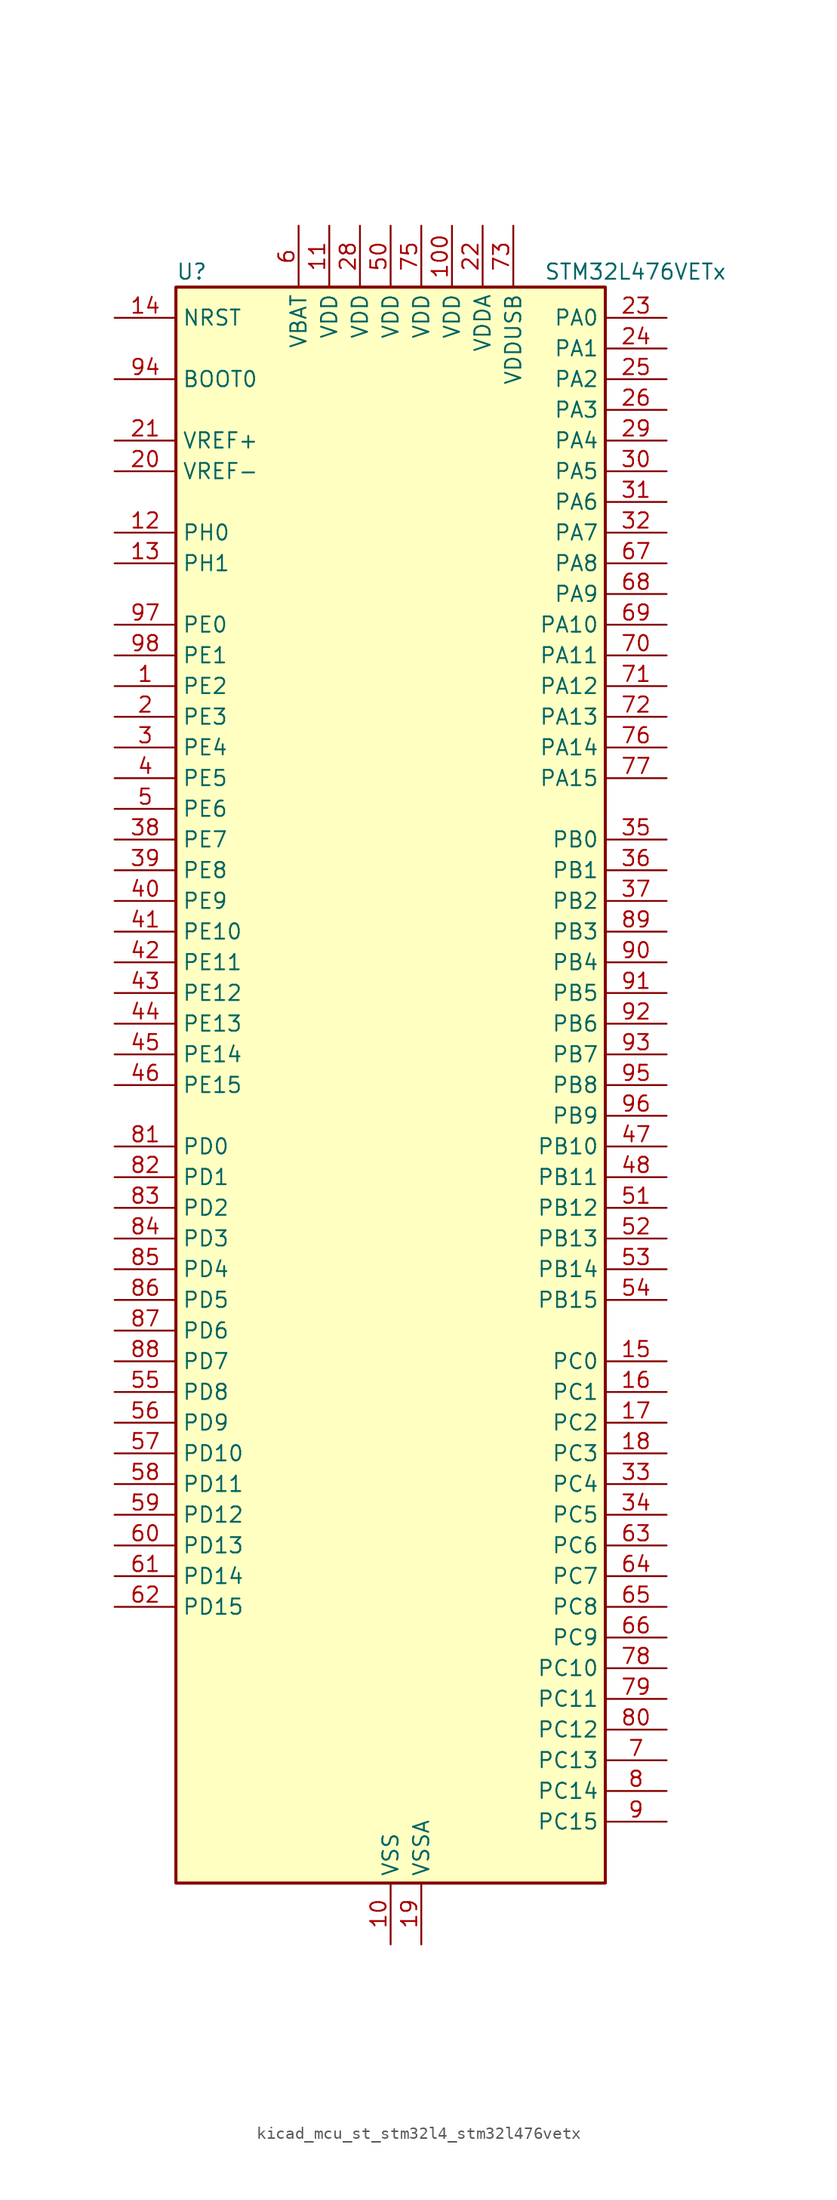
<source format=kicad_sym>
(kicad_symbol_lib
  (version 20220914)
  (generator kicad_symbol_editor)
  (symbol "kicad_mcu_st_stm32l4_stm32l476vetx"
    (property "Reference" "U"
      (at -17.78 67.31 0)
      (effects (font (size 1.27 1.27)) (justify left)))
    (property "Value" "STM32L476VETx"
      (at 12.7 67.31 0)
      (effects (font (size 1.27 1.27)) (justify left)))
    (property "ki_locked" ""
      (at 0 0 0)
      (effects (font (size 1.27 1.27))))
    (symbol "kicad_mcu_st_stm32l4_stm32l476vetx_0_1"
      (rectangle (start -17.78 -66.04) (end 17.78 66.04) (stroke (width 0.254) (type default)) (fill (type background))))
    (symbol "kicad_mcu_st_stm32l4_stm32l476vetx_1_1"
      (pin bidirectional line (at -22.86 33.02 0) (length 5.08) (name "PE2" (effects (font (size 1.27 1.27)))) (number "1" (effects (font (size 1.27 1.27)))) (alternate "FMC_A23" bidirectional line) (alternate "LCD_SEG38" bidirectional line) (alternate "SAI1_MCLK_A" bidirectional line) (alternate "SYS_TRACECLK" bidirectional line) (alternate "TIM3_ETR" bidirectional line) (alternate "TSC_G7_IO1" bidirectional line))
      (pin power_in line (at 0 -71.12 90) (length 5.08) (name "VSS" (effects (font (size 1.27 1.27)))) (number "10" (effects (font (size 1.27 1.27)))))
      (pin power_in line (at 5.08 71.12 270) (length 5.08) (name "VDD" (effects (font (size 1.27 1.27)))) (number "100" (effects (font (size 1.27 1.27)))))
      (pin power_in line (at -5.08 71.12 270) (length 5.08) (name "VDD" (effects (font (size 1.27 1.27)))) (number "11" (effects (font (size 1.27 1.27)))))
      (pin bidirectional line (at -22.86 45.72 0) (length 5.08) (name "PH0" (effects (font (size 1.27 1.27)))) (number "12" (effects (font (size 1.27 1.27)))) (alternate "RCC_OSC_IN" bidirectional line))
      (pin bidirectional line (at -22.86 43.18 0) (length 5.08) (name "PH1" (effects (font (size 1.27 1.27)))) (number "13" (effects (font (size 1.27 1.27)))) (alternate "RCC_OSC_OUT" bidirectional line))
      (pin input line (at -22.86 63.5 0) (length 5.08) (name "NRST" (effects (font (size 1.27 1.27)))) (number "14" (effects (font (size 1.27 1.27)))))
      (pin bidirectional line (at 22.86 -22.86 180) (length 5.08) (name "PC0" (effects (font (size 1.27 1.27)))) (number "15" (effects (font (size 1.27 1.27)))) (alternate "ADC1_IN1" bidirectional line) (alternate "ADC2_IN1" bidirectional line) (alternate "ADC3_IN1" bidirectional line) (alternate "DFSDM1_DATIN4" bidirectional line) (alternate "I2C3_SCL" bidirectional line) (alternate "LCD_SEG18" bidirectional line) (alternate "LPTIM1_IN1" bidirectional line) (alternate "LPTIM2_IN1" bidirectional line) (alternate "LPUART1_RX" bidirectional line))
      (pin bidirectional line (at 22.86 -25.4 180) (length 5.08) (name "PC1" (effects (font (size 1.27 1.27)))) (number "16" (effects (font (size 1.27 1.27)))) (alternate "ADC1_IN2" bidirectional line) (alternate "ADC2_IN2" bidirectional line) (alternate "ADC3_IN2" bidirectional line) (alternate "DFSDM1_CKIN4" bidirectional line) (alternate "I2C3_SDA" bidirectional line) (alternate "LCD_SEG19" bidirectional line) (alternate "LPTIM1_OUT" bidirectional line) (alternate "LPUART1_TX" bidirectional line))
      (pin bidirectional line (at 22.86 -27.94 180) (length 5.08) (name "PC2" (effects (font (size 1.27 1.27)))) (number "17" (effects (font (size 1.27 1.27)))) (alternate "ADC1_IN3" bidirectional line) (alternate "ADC2_IN3" bidirectional line) (alternate "ADC3_IN3" bidirectional line) (alternate "DFSDM1_CKOUT" bidirectional line) (alternate "LCD_SEG20" bidirectional line) (alternate "LPTIM1_IN2" bidirectional line) (alternate "SPI2_MISO" bidirectional line))
      (pin bidirectional line (at 22.86 -30.48 180) (length 5.08) (name "PC3" (effects (font (size 1.27 1.27)))) (number "18" (effects (font (size 1.27 1.27)))) (alternate "ADC1_IN4" bidirectional line) (alternate "ADC2_IN4" bidirectional line) (alternate "ADC3_IN4" bidirectional line) (alternate "LCD_VLCD" bidirectional line) (alternate "LPTIM1_ETR" bidirectional line) (alternate "LPTIM2_ETR" bidirectional line) (alternate "SAI1_SD_A" bidirectional line) (alternate "SPI2_MOSI" bidirectional line))
      (pin power_in line (at 2.54 -71.12 90) (length 5.08) (name "VSSA" (effects (font (size 1.27 1.27)))) (number "19" (effects (font (size 1.27 1.27)))))
      (pin bidirectional line (at -22.86 30.48 0) (length 5.08) (name "PE3" (effects (font (size 1.27 1.27)))) (number "2" (effects (font (size 1.27 1.27)))) (alternate "FMC_A19" bidirectional line) (alternate "LCD_SEG39" bidirectional line) (alternate "SAI1_SD_B" bidirectional line) (alternate "SYS_TRACED0" bidirectional line) (alternate "TIM3_CH1" bidirectional line) (alternate "TSC_G7_IO2" bidirectional line))
      (pin input line (at -22.86 50.8 0) (length 5.08) (name "VREF-" (effects (font (size 1.27 1.27)))) (number "20" (effects (font (size 1.27 1.27)))))
      (pin input line (at -22.86 53.34 0) (length 5.08) (name "VREF+" (effects (font (size 1.27 1.27)))) (number "21" (effects (font (size 1.27 1.27)))) (alternate "VREFBUF_OUT" bidirectional line))
      (pin power_in line (at 7.62 71.12 270) (length 5.08) (name "VDDA" (effects (font (size 1.27 1.27)))) (number "22" (effects (font (size 1.27 1.27)))))
      (pin bidirectional line (at 22.86 63.5 180) (length 5.08) (name "PA0" (effects (font (size 1.27 1.27)))) (number "23" (effects (font (size 1.27 1.27)))) (alternate "ADC1_IN5" bidirectional line) (alternate "ADC2_IN5" bidirectional line) (alternate "OPAMP1_VINP" bidirectional line) (alternate "RTC_TAMP2" bidirectional line) (alternate "SAI1_EXTCLK" bidirectional line) (alternate "SYS_WKUP1" bidirectional line) (alternate "TIM2_CH1" bidirectional line) (alternate "TIM2_ETR" bidirectional line) (alternate "TIM5_CH1" bidirectional line) (alternate "TIM8_ETR" bidirectional line) (alternate "UART4_TX" bidirectional line) (alternate "USART2_CTS" bidirectional line))
      (pin bidirectional line (at 22.86 60.96 180) (length 5.08) (name "PA1" (effects (font (size 1.27 1.27)))) (number "24" (effects (font (size 1.27 1.27)))) (alternate "ADC1_IN6" bidirectional line) (alternate "ADC2_IN6" bidirectional line) (alternate "LCD_SEG0" bidirectional line) (alternate "OPAMP1_VINM" bidirectional line) (alternate "TIM15_CH1N" bidirectional line) (alternate "TIM2_CH2" bidirectional line) (alternate "TIM5_CH2" bidirectional line) (alternate "UART4_RX" bidirectional line) (alternate "USART2_DE" bidirectional line) (alternate "USART2_RTS" bidirectional line))
      (pin bidirectional line (at 22.86 58.42 180) (length 5.08) (name "PA2" (effects (font (size 1.27 1.27)))) (number "25" (effects (font (size 1.27 1.27)))) (alternate "ADC1_IN7" bidirectional line) (alternate "ADC2_IN7" bidirectional line) (alternate "LCD_SEG1" bidirectional line) (alternate "RCC_LSCO" bidirectional line) (alternate "SAI2_EXTCLK" bidirectional line) (alternate "SYS_WKUP4" bidirectional line) (alternate "TIM15_CH1" bidirectional line) (alternate "TIM2_CH3" bidirectional line) (alternate "TIM5_CH3" bidirectional line) (alternate "USART2_TX" bidirectional line))
      (pin bidirectional line (at 22.86 55.88 180) (length 5.08) (name "PA3" (effects (font (size 1.27 1.27)))) (number "26" (effects (font (size 1.27 1.27)))) (alternate "ADC1_IN8" bidirectional line) (alternate "ADC2_IN8" bidirectional line) (alternate "LCD_SEG2" bidirectional line) (alternate "OPAMP1_VOUT" bidirectional line) (alternate "TIM15_CH2" bidirectional line) (alternate "TIM2_CH4" bidirectional line) (alternate "TIM5_CH4" bidirectional line) (alternate "USART2_RX" bidirectional line))
      (pin passive line (at 0 -71.12 90) (length 5.08) hide (name "VSS" (effects (font (size 1.27 1.27)))) (number "27" (effects (font (size 1.27 1.27)))))
      (pin power_in line (at -2.54 71.12 270) (length 5.08) (name "VDD" (effects (font (size 1.27 1.27)))) (number "28" (effects (font (size 1.27 1.27)))))
      (pin bidirectional line (at 22.86 53.34 180) (length 5.08) (name "PA4" (effects (font (size 1.27 1.27)))) (number "29" (effects (font (size 1.27 1.27)))) (alternate "ADC1_IN9" bidirectional line) (alternate "ADC2_IN9" bidirectional line) (alternate "DAC1_OUT1" bidirectional line) (alternate "LPTIM2_OUT" bidirectional line) (alternate "SAI1_FS_B" bidirectional line) (alternate "SPI1_NSS" bidirectional line) (alternate "SPI3_NSS" bidirectional line) (alternate "USART2_CK" bidirectional line))
      (pin bidirectional line (at -22.86 27.94 0) (length 5.08) (name "PE4" (effects (font (size 1.27 1.27)))) (number "3" (effects (font (size 1.27 1.27)))) (alternate "DFSDM1_DATIN3" bidirectional line) (alternate "FMC_A20" bidirectional line) (alternate "SAI1_FS_A" bidirectional line) (alternate "SYS_TRACED1" bidirectional line) (alternate "TIM3_CH2" bidirectional line) (alternate "TSC_G7_IO3" bidirectional line))
      (pin bidirectional line (at 22.86 50.8 180) (length 5.08) (name "PA5" (effects (font (size 1.27 1.27)))) (number "30" (effects (font (size 1.27 1.27)))) (alternate "ADC1_IN10" bidirectional line) (alternate "ADC2_IN10" bidirectional line) (alternate "DAC1_OUT2" bidirectional line) (alternate "LPTIM2_ETR" bidirectional line) (alternate "SPI1_SCK" bidirectional line) (alternate "TIM2_CH1" bidirectional line) (alternate "TIM2_ETR" bidirectional line) (alternate "TIM8_CH1N" bidirectional line))
      (pin bidirectional line (at 22.86 48.26 180) (length 5.08) (name "PA6" (effects (font (size 1.27 1.27)))) (number "31" (effects (font (size 1.27 1.27)))) (alternate "ADC1_IN11" bidirectional line) (alternate "ADC2_IN11" bidirectional line) (alternate "LCD_SEG3" bidirectional line) (alternate "OPAMP2_VINP" bidirectional line) (alternate "QUADSPI_BK1_IO3" bidirectional line) (alternate "SPI1_MISO" bidirectional line) (alternate "TIM16_CH1" bidirectional line) (alternate "TIM1_BKIN" bidirectional line) (alternate "TIM1_BKIN_COMP2" bidirectional line) (alternate "TIM3_CH1" bidirectional line) (alternate "TIM8_BKIN" bidirectional line) (alternate "TIM8_BKIN_COMP2" bidirectional line) (alternate "USART3_CTS" bidirectional line))
      (pin bidirectional line (at 22.86 45.72 180) (length 5.08) (name "PA7" (effects (font (size 1.27 1.27)))) (number "32" (effects (font (size 1.27 1.27)))) (alternate "ADC1_IN12" bidirectional line) (alternate "ADC2_IN12" bidirectional line) (alternate "LCD_SEG4" bidirectional line) (alternate "OPAMP2_VINM" bidirectional line) (alternate "QUADSPI_BK1_IO2" bidirectional line) (alternate "SPI1_MOSI" bidirectional line) (alternate "TIM17_CH1" bidirectional line) (alternate "TIM1_CH1N" bidirectional line) (alternate "TIM3_CH2" bidirectional line) (alternate "TIM8_CH1N" bidirectional line))
      (pin bidirectional line (at 22.86 -33.02 180) (length 5.08) (name "PC4" (effects (font (size 1.27 1.27)))) (number "33" (effects (font (size 1.27 1.27)))) (alternate "ADC1_IN13" bidirectional line) (alternate "ADC2_IN13" bidirectional line) (alternate "COMP1_INM" bidirectional line) (alternate "LCD_SEG22" bidirectional line) (alternate "USART3_TX" bidirectional line))
      (pin bidirectional line (at 22.86 -35.56 180) (length 5.08) (name "PC5" (effects (font (size 1.27 1.27)))) (number "34" (effects (font (size 1.27 1.27)))) (alternate "ADC1_IN14" bidirectional line) (alternate "ADC2_IN14" bidirectional line) (alternate "COMP1_INP" bidirectional line) (alternate "LCD_SEG23" bidirectional line) (alternate "SYS_WKUP5" bidirectional line) (alternate "USART3_RX" bidirectional line))
      (pin bidirectional line (at 22.86 20.32 180) (length 5.08) (name "PB0" (effects (font (size 1.27 1.27)))) (number "35" (effects (font (size 1.27 1.27)))) (alternate "ADC1_IN15" bidirectional line) (alternate "ADC2_IN15" bidirectional line) (alternate "COMP1_OUT" bidirectional line) (alternate "LCD_SEG5" bidirectional line) (alternate "OPAMP2_VOUT" bidirectional line) (alternate "QUADSPI_BK1_IO1" bidirectional line) (alternate "TIM1_CH2N" bidirectional line) (alternate "TIM3_CH3" bidirectional line) (alternate "TIM8_CH2N" bidirectional line) (alternate "USART3_CK" bidirectional line))
      (pin bidirectional line (at 22.86 17.78 180) (length 5.08) (name "PB1" (effects (font (size 1.27 1.27)))) (number "36" (effects (font (size 1.27 1.27)))) (alternate "ADC1_IN16" bidirectional line) (alternate "ADC2_IN16" bidirectional line) (alternate "COMP1_INM" bidirectional line) (alternate "DFSDM1_DATIN0" bidirectional line) (alternate "LCD_SEG6" bidirectional line) (alternate "LPTIM2_IN1" bidirectional line) (alternate "QUADSPI_BK1_IO0" bidirectional line) (alternate "TIM1_CH3N" bidirectional line) (alternate "TIM3_CH4" bidirectional line) (alternate "TIM8_CH3N" bidirectional line) (alternate "USART3_DE" bidirectional line) (alternate "USART3_RTS" bidirectional line))
      (pin bidirectional line (at 22.86 15.24 180) (length 5.08) (name "PB2" (effects (font (size 1.27 1.27)))) (number "37" (effects (font (size 1.27 1.27)))) (alternate "COMP1_INP" bidirectional line) (alternate "DFSDM1_CKIN0" bidirectional line) (alternate "I2C3_SMBA" bidirectional line) (alternate "LPTIM1_OUT" bidirectional line) (alternate "RTC_OUT_ALARM" bidirectional line) (alternate "RTC_OUT_CALIB" bidirectional line))
      (pin bidirectional line (at -22.86 20.32 0) (length 5.08) (name "PE7" (effects (font (size 1.27 1.27)))) (number "38" (effects (font (size 1.27 1.27)))) (alternate "DFSDM1_DATIN2" bidirectional line) (alternate "FMC_D4" bidirectional line) (alternate "FMC_DA4" bidirectional line) (alternate "SAI1_SD_B" bidirectional line) (alternate "TIM1_ETR" bidirectional line))
      (pin bidirectional line (at -22.86 17.78 0) (length 5.08) (name "PE8" (effects (font (size 1.27 1.27)))) (number "39" (effects (font (size 1.27 1.27)))) (alternate "DFSDM1_CKIN2" bidirectional line) (alternate "FMC_D5" bidirectional line) (alternate "FMC_DA5" bidirectional line) (alternate "SAI1_SCK_B" bidirectional line) (alternate "TIM1_CH1N" bidirectional line))
      (pin bidirectional line (at -22.86 25.4 0) (length 5.08) (name "PE5" (effects (font (size 1.27 1.27)))) (number "4" (effects (font (size 1.27 1.27)))) (alternate "DFSDM1_CKIN3" bidirectional line) (alternate "FMC_A21" bidirectional line) (alternate "SAI1_SCK_A" bidirectional line) (alternate "SYS_TRACED2" bidirectional line) (alternate "TIM3_CH3" bidirectional line) (alternate "TSC_G7_IO4" bidirectional line))
      (pin bidirectional line (at -22.86 15.24 0) (length 5.08) (name "PE9" (effects (font (size 1.27 1.27)))) (number "40" (effects (font (size 1.27 1.27)))) (alternate "DAC1_EXTI9" bidirectional line) (alternate "DFSDM1_CKOUT" bidirectional line) (alternate "FMC_D6" bidirectional line) (alternate "FMC_DA6" bidirectional line) (alternate "SAI1_FS_B" bidirectional line) (alternate "TIM1_CH1" bidirectional line))
      (pin bidirectional line (at -22.86 12.7 0) (length 5.08) (name "PE10" (effects (font (size 1.27 1.27)))) (number "41" (effects (font (size 1.27 1.27)))) (alternate "DFSDM1_DATIN4" bidirectional line) (alternate "FMC_D7" bidirectional line) (alternate "FMC_DA7" bidirectional line) (alternate "QUADSPI_CLK" bidirectional line) (alternate "SAI1_MCLK_B" bidirectional line) (alternate "TIM1_CH2N" bidirectional line) (alternate "TSC_G5_IO1" bidirectional line))
      (pin bidirectional line (at -22.86 10.16 0) (length 5.08) (name "PE11" (effects (font (size 1.27 1.27)))) (number "42" (effects (font (size 1.27 1.27)))) (alternate "ADC1_EXTI11" bidirectional line) (alternate "ADC2_EXTI11" bidirectional line) (alternate "ADC3_EXTI11" bidirectional line) (alternate "DFSDM1_CKIN4" bidirectional line) (alternate "FMC_D8" bidirectional line) (alternate "FMC_DA8" bidirectional line) (alternate "QUADSPI_NCS" bidirectional line) (alternate "TIM1_CH2" bidirectional line) (alternate "TSC_G5_IO2" bidirectional line))
      (pin bidirectional line (at -22.86 7.62 0) (length 5.08) (name "PE12" (effects (font (size 1.27 1.27)))) (number "43" (effects (font (size 1.27 1.27)))) (alternate "DFSDM1_DATIN5" bidirectional line) (alternate "FMC_D9" bidirectional line) (alternate "FMC_DA9" bidirectional line) (alternate "QUADSPI_BK1_IO0" bidirectional line) (alternate "SPI1_NSS" bidirectional line) (alternate "TIM1_CH3N" bidirectional line) (alternate "TSC_G5_IO3" bidirectional line))
      (pin bidirectional line (at -22.86 5.08 0) (length 5.08) (name "PE13" (effects (font (size 1.27 1.27)))) (number "44" (effects (font (size 1.27 1.27)))) (alternate "DFSDM1_CKIN5" bidirectional line) (alternate "FMC_D10" bidirectional line) (alternate "FMC_DA10" bidirectional line) (alternate "QUADSPI_BK1_IO1" bidirectional line) (alternate "SPI1_SCK" bidirectional line) (alternate "TIM1_CH3" bidirectional line) (alternate "TSC_G5_IO4" bidirectional line))
      (pin bidirectional line (at -22.86 2.54 0) (length 5.08) (name "PE14" (effects (font (size 1.27 1.27)))) (number "45" (effects (font (size 1.27 1.27)))) (alternate "FMC_D11" bidirectional line) (alternate "FMC_DA11" bidirectional line) (alternate "QUADSPI_BK1_IO2" bidirectional line) (alternate "SPI1_MISO" bidirectional line) (alternate "TIM1_BKIN2" bidirectional line) (alternate "TIM1_BKIN2_COMP2" bidirectional line) (alternate "TIM1_CH4" bidirectional line))
      (pin bidirectional line (at -22.86 0 0) (length 5.08) (name "PE15" (effects (font (size 1.27 1.27)))) (number "46" (effects (font (size 1.27 1.27)))) (alternate "ADC1_EXTI15" bidirectional line) (alternate "ADC2_EXTI15" bidirectional line) (alternate "ADC3_EXTI15" bidirectional line) (alternate "FMC_D12" bidirectional line) (alternate "FMC_DA12" bidirectional line) (alternate "QUADSPI_BK1_IO3" bidirectional line) (alternate "SPI1_MOSI" bidirectional line) (alternate "TIM1_BKIN" bidirectional line) (alternate "TIM1_BKIN_COMP1" bidirectional line))
      (pin bidirectional line (at 22.86 -5.08 180) (length 5.08) (name "PB10" (effects (font (size 1.27 1.27)))) (number "47" (effects (font (size 1.27 1.27)))) (alternate "COMP1_OUT" bidirectional line) (alternate "DFSDM1_DATIN7" bidirectional line) (alternate "I2C2_SCL" bidirectional line) (alternate "LCD_SEG10" bidirectional line) (alternate "LPUART1_RX" bidirectional line) (alternate "QUADSPI_CLK" bidirectional line) (alternate "SAI1_SCK_A" bidirectional line) (alternate "SPI2_SCK" bidirectional line) (alternate "TIM2_CH3" bidirectional line) (alternate "USART3_TX" bidirectional line))
      (pin bidirectional line (at 22.86 -7.62 180) (length 5.08) (name "PB11" (effects (font (size 1.27 1.27)))) (number "48" (effects (font (size 1.27 1.27)))) (alternate "ADC1_EXTI11" bidirectional line) (alternate "ADC2_EXTI11" bidirectional line) (alternate "ADC3_EXTI11" bidirectional line) (alternate "COMP2_OUT" bidirectional line) (alternate "DFSDM1_CKIN7" bidirectional line) (alternate "I2C2_SDA" bidirectional line) (alternate "LCD_SEG11" bidirectional line) (alternate "LPUART1_TX" bidirectional line) (alternate "QUADSPI_NCS" bidirectional line) (alternate "TIM2_CH4" bidirectional line) (alternate "USART3_RX" bidirectional line))
      (pin passive line (at 0 -71.12 90) (length 5.08) hide (name "VSS" (effects (font (size 1.27 1.27)))) (number "49" (effects (font (size 1.27 1.27)))))
      (pin bidirectional line (at -22.86 22.86 0) (length 5.08) (name "PE6" (effects (font (size 1.27 1.27)))) (number "5" (effects (font (size 1.27 1.27)))) (alternate "FMC_A22" bidirectional line) (alternate "RTC_TAMP3" bidirectional line) (alternate "SAI1_SD_A" bidirectional line) (alternate "SYS_TRACED3" bidirectional line) (alternate "SYS_WKUP3" bidirectional line) (alternate "TIM3_CH4" bidirectional line))
      (pin power_in line (at 0 71.12 270) (length 5.08) (name "VDD" (effects (font (size 1.27 1.27)))) (number "50" (effects (font (size 1.27 1.27)))))
      (pin bidirectional line (at 22.86 -10.16 180) (length 5.08) (name "PB12" (effects (font (size 1.27 1.27)))) (number "51" (effects (font (size 1.27 1.27)))) (alternate "DFSDM1_DATIN1" bidirectional line) (alternate "I2C2_SMBA" bidirectional line) (alternate "LCD_SEG12" bidirectional line) (alternate "LPUART1_DE" bidirectional line) (alternate "LPUART1_RTS" bidirectional line) (alternate "SAI2_FS_A" bidirectional line) (alternate "SPI2_NSS" bidirectional line) (alternate "SWPMI1_IO" bidirectional line) (alternate "TIM15_BKIN" bidirectional line) (alternate "TIM1_BKIN" bidirectional line) (alternate "TIM1_BKIN_COMP2" bidirectional line) (alternate "TSC_G1_IO1" bidirectional line) (alternate "USART3_CK" bidirectional line))
      (pin bidirectional line (at 22.86 -12.7 180) (length 5.08) (name "PB13" (effects (font (size 1.27 1.27)))) (number "52" (effects (font (size 1.27 1.27)))) (alternate "DFSDM1_CKIN1" bidirectional line) (alternate "I2C2_SCL" bidirectional line) (alternate "LCD_SEG13" bidirectional line) (alternate "LPUART1_CTS" bidirectional line) (alternate "SAI2_SCK_A" bidirectional line) (alternate "SPI2_SCK" bidirectional line) (alternate "SWPMI1_TX" bidirectional line) (alternate "TIM15_CH1N" bidirectional line) (alternate "TIM1_CH1N" bidirectional line) (alternate "TSC_G1_IO2" bidirectional line) (alternate "USART3_CTS" bidirectional line))
      (pin bidirectional line (at 22.86 -15.24 180) (length 5.08) (name "PB14" (effects (font (size 1.27 1.27)))) (number "53" (effects (font (size 1.27 1.27)))) (alternate "DFSDM1_DATIN2" bidirectional line) (alternate "I2C2_SDA" bidirectional line) (alternate "LCD_SEG14" bidirectional line) (alternate "SAI2_MCLK_A" bidirectional line) (alternate "SPI2_MISO" bidirectional line) (alternate "SWPMI1_RX" bidirectional line) (alternate "TIM15_CH1" bidirectional line) (alternate "TIM1_CH2N" bidirectional line) (alternate "TIM8_CH2N" bidirectional line) (alternate "TSC_G1_IO3" bidirectional line) (alternate "USART3_DE" bidirectional line) (alternate "USART3_RTS" bidirectional line))
      (pin bidirectional line (at 22.86 -17.78 180) (length 5.08) (name "PB15" (effects (font (size 1.27 1.27)))) (number "54" (effects (font (size 1.27 1.27)))) (alternate "ADC1_EXTI15" bidirectional line) (alternate "ADC2_EXTI15" bidirectional line) (alternate "ADC3_EXTI15" bidirectional line) (alternate "DFSDM1_CKIN2" bidirectional line) (alternate "LCD_SEG15" bidirectional line) (alternate "RTC_REFIN" bidirectional line) (alternate "SAI2_SD_A" bidirectional line) (alternate "SPI2_MOSI" bidirectional line) (alternate "SWPMI1_SUSPEND" bidirectional line) (alternate "TIM15_CH2" bidirectional line) (alternate "TIM1_CH3N" bidirectional line) (alternate "TIM8_CH3N" bidirectional line) (alternate "TSC_G1_IO4" bidirectional line))
      (pin bidirectional line (at -22.86 -25.4 0) (length 5.08) (name "PD8" (effects (font (size 1.27 1.27)))) (number "55" (effects (font (size 1.27 1.27)))) (alternate "FMC_D13" bidirectional line) (alternate "FMC_DA13" bidirectional line) (alternate "LCD_SEG28" bidirectional line) (alternate "USART3_TX" bidirectional line))
      (pin bidirectional line (at -22.86 -27.94 0) (length 5.08) (name "PD9" (effects (font (size 1.27 1.27)))) (number "56" (effects (font (size 1.27 1.27)))) (alternate "DAC1_EXTI9" bidirectional line) (alternate "FMC_D14" bidirectional line) (alternate "FMC_DA14" bidirectional line) (alternate "LCD_SEG29" bidirectional line) (alternate "SAI2_MCLK_A" bidirectional line) (alternate "USART3_RX" bidirectional line))
      (pin bidirectional line (at -22.86 -30.48 0) (length 5.08) (name "PD10" (effects (font (size 1.27 1.27)))) (number "57" (effects (font (size 1.27 1.27)))) (alternate "FMC_D15" bidirectional line) (alternate "FMC_DA15" bidirectional line) (alternate "LCD_SEG30" bidirectional line) (alternate "SAI2_SCK_A" bidirectional line) (alternate "TSC_G6_IO1" bidirectional line) (alternate "USART3_CK" bidirectional line))
      (pin bidirectional line (at -22.86 -33.02 0) (length 5.08) (name "PD11" (effects (font (size 1.27 1.27)))) (number "58" (effects (font (size 1.27 1.27)))) (alternate "ADC1_EXTI11" bidirectional line) (alternate "ADC2_EXTI11" bidirectional line) (alternate "ADC3_EXTI11" bidirectional line) (alternate "FMC_A16" bidirectional line) (alternate "FMC_CLE" bidirectional line) (alternate "LCD_SEG31" bidirectional line) (alternate "LPTIM2_ETR" bidirectional line) (alternate "SAI2_SD_A" bidirectional line) (alternate "TSC_G6_IO2" bidirectional line) (alternate "USART3_CTS" bidirectional line))
      (pin bidirectional line (at -22.86 -35.56 0) (length 5.08) (name "PD12" (effects (font (size 1.27 1.27)))) (number "59" (effects (font (size 1.27 1.27)))) (alternate "FMC_A17" bidirectional line) (alternate "FMC_ALE" bidirectional line) (alternate "LCD_SEG32" bidirectional line) (alternate "LPTIM2_IN1" bidirectional line) (alternate "SAI2_FS_A" bidirectional line) (alternate "TIM4_CH1" bidirectional line) (alternate "TSC_G6_IO3" bidirectional line) (alternate "USART3_DE" bidirectional line) (alternate "USART3_RTS" bidirectional line))
      (pin power_in line (at -7.62 71.12 270) (length 5.08) (name "VBAT" (effects (font (size 1.27 1.27)))) (number "6" (effects (font (size 1.27 1.27)))))
      (pin bidirectional line (at -22.86 -38.1 0) (length 5.08) (name "PD13" (effects (font (size 1.27 1.27)))) (number "60" (effects (font (size 1.27 1.27)))) (alternate "FMC_A18" bidirectional line) (alternate "LCD_SEG33" bidirectional line) (alternate "LPTIM2_OUT" bidirectional line) (alternate "TIM4_CH2" bidirectional line) (alternate "TSC_G6_IO4" bidirectional line))
      (pin bidirectional line (at -22.86 -40.64 0) (length 5.08) (name "PD14" (effects (font (size 1.27 1.27)))) (number "61" (effects (font (size 1.27 1.27)))) (alternate "FMC_D0" bidirectional line) (alternate "FMC_DA0" bidirectional line) (alternate "LCD_SEG34" bidirectional line) (alternate "TIM4_CH3" bidirectional line))
      (pin bidirectional line (at -22.86 -43.18 0) (length 5.08) (name "PD15" (effects (font (size 1.27 1.27)))) (number "62" (effects (font (size 1.27 1.27)))) (alternate "ADC1_EXTI15" bidirectional line) (alternate "ADC2_EXTI15" bidirectional line) (alternate "ADC3_EXTI15" bidirectional line) (alternate "FMC_D1" bidirectional line) (alternate "FMC_DA1" bidirectional line) (alternate "LCD_SEG35" bidirectional line) (alternate "TIM4_CH4" bidirectional line))
      (pin bidirectional line (at 22.86 -38.1 180) (length 5.08) (name "PC6" (effects (font (size 1.27 1.27)))) (number "63" (effects (font (size 1.27 1.27)))) (alternate "DFSDM1_CKIN3" bidirectional line) (alternate "LCD_SEG24" bidirectional line) (alternate "SAI2_MCLK_A" bidirectional line) (alternate "SDMMC1_D6" bidirectional line) (alternate "TIM3_CH1" bidirectional line) (alternate "TIM8_CH1" bidirectional line) (alternate "TSC_G4_IO1" bidirectional line))
      (pin bidirectional line (at 22.86 -40.64 180) (length 5.08) (name "PC7" (effects (font (size 1.27 1.27)))) (number "64" (effects (font (size 1.27 1.27)))) (alternate "DFSDM1_DATIN3" bidirectional line) (alternate "LCD_SEG25" bidirectional line) (alternate "SAI2_MCLK_B" bidirectional line) (alternate "SDMMC1_D7" bidirectional line) (alternate "TIM3_CH2" bidirectional line) (alternate "TIM8_CH2" bidirectional line) (alternate "TSC_G4_IO2" bidirectional line))
      (pin bidirectional line (at 22.86 -43.18 180) (length 5.08) (name "PC8" (effects (font (size 1.27 1.27)))) (number "65" (effects (font (size 1.27 1.27)))) (alternate "LCD_SEG26" bidirectional line) (alternate "SDMMC1_D0" bidirectional line) (alternate "TIM3_CH3" bidirectional line) (alternate "TIM8_CH3" bidirectional line) (alternate "TSC_G4_IO3" bidirectional line))
      (pin bidirectional line (at 22.86 -45.72 180) (length 5.08) (name "PC9" (effects (font (size 1.27 1.27)))) (number "66" (effects (font (size 1.27 1.27)))) (alternate "DAC1_EXTI9" bidirectional line) (alternate "LCD_SEG27" bidirectional line) (alternate "SAI2_EXTCLK" bidirectional line) (alternate "SDMMC1_D1" bidirectional line) (alternate "TIM3_CH4" bidirectional line) (alternate "TIM8_BKIN2" bidirectional line) (alternate "TIM8_BKIN2_COMP1" bidirectional line) (alternate "TIM8_CH4" bidirectional line) (alternate "TSC_G4_IO4" bidirectional line) (alternate "USB_OTG_FS_NOE" bidirectional line))
      (pin bidirectional line (at 22.86 43.18 180) (length 5.08) (name "PA8" (effects (font (size 1.27 1.27)))) (number "67" (effects (font (size 1.27 1.27)))) (alternate "LCD_COM0" bidirectional line) (alternate "LPTIM2_OUT" bidirectional line) (alternate "RCC_MCO" bidirectional line) (alternate "TIM1_CH1" bidirectional line) (alternate "USART1_CK" bidirectional line) (alternate "USB_OTG_FS_SOF" bidirectional line))
      (pin bidirectional line (at 22.86 40.64 180) (length 5.08) (name "PA9" (effects (font (size 1.27 1.27)))) (number "68" (effects (font (size 1.27 1.27)))) (alternate "DAC1_EXTI9" bidirectional line) (alternate "LCD_COM1" bidirectional line) (alternate "TIM15_BKIN" bidirectional line) (alternate "TIM1_CH2" bidirectional line) (alternate "USART1_TX" bidirectional line) (alternate "USB_OTG_FS_VBUS" bidirectional line))
      (pin bidirectional line (at 22.86 38.1 180) (length 5.08) (name "PA10" (effects (font (size 1.27 1.27)))) (number "69" (effects (font (size 1.27 1.27)))) (alternate "LCD_COM2" bidirectional line) (alternate "TIM17_BKIN" bidirectional line) (alternate "TIM1_CH3" bidirectional line) (alternate "USART1_RX" bidirectional line) (alternate "USB_OTG_FS_ID" bidirectional line))
      (pin bidirectional line (at 22.86 -55.88 180) (length 5.08) (name "PC13" (effects (font (size 1.27 1.27)))) (number "7" (effects (font (size 1.27 1.27)))) (alternate "RTC_OUT_ALARM" bidirectional line) (alternate "RTC_OUT_CALIB" bidirectional line) (alternate "RTC_TAMP1" bidirectional line) (alternate "RTC_TS" bidirectional line) (alternate "SYS_WKUP2" bidirectional line))
      (pin bidirectional line (at 22.86 35.56 180) (length 5.08) (name "PA11" (effects (font (size 1.27 1.27)))) (number "70" (effects (font (size 1.27 1.27)))) (alternate "ADC1_EXTI11" bidirectional line) (alternate "ADC2_EXTI11" bidirectional line) (alternate "ADC3_EXTI11" bidirectional line) (alternate "CAN1_RX" bidirectional line) (alternate "TIM1_BKIN2" bidirectional line) (alternate "TIM1_BKIN2_COMP1" bidirectional line) (alternate "TIM1_CH4" bidirectional line) (alternate "USART1_CTS" bidirectional line) (alternate "USB_OTG_FS_DM" bidirectional line))
      (pin bidirectional line (at 22.86 33.02 180) (length 5.08) (name "PA12" (effects (font (size 1.27 1.27)))) (number "71" (effects (font (size 1.27 1.27)))) (alternate "CAN1_TX" bidirectional line) (alternate "TIM1_ETR" bidirectional line) (alternate "USART1_DE" bidirectional line) (alternate "USART1_RTS" bidirectional line) (alternate "USB_OTG_FS_DP" bidirectional line))
      (pin bidirectional line (at 22.86 30.48 180) (length 5.08) (name "PA13" (effects (font (size 1.27 1.27)))) (number "72" (effects (font (size 1.27 1.27)))) (alternate "IR_OUT" bidirectional line) (alternate "SYS_JTMS-SWDIO" bidirectional line) (alternate "USB_OTG_FS_NOE" bidirectional line))
      (pin power_in line (at 10.16 71.12 270) (length 5.08) (name "VDDUSB" (effects (font (size 1.27 1.27)))) (number "73" (effects (font (size 1.27 1.27)))))
      (pin passive line (at 0 -71.12 90) (length 5.08) hide (name "VSS" (effects (font (size 1.27 1.27)))) (number "74" (effects (font (size 1.27 1.27)))))
      (pin power_in line (at 2.54 71.12 270) (length 5.08) (name "VDD" (effects (font (size 1.27 1.27)))) (number "75" (effects (font (size 1.27 1.27)))))
      (pin bidirectional line (at 22.86 27.94 180) (length 5.08) (name "PA14" (effects (font (size 1.27 1.27)))) (number "76" (effects (font (size 1.27 1.27)))) (alternate "SYS_JTCK-SWCLK" bidirectional line))
      (pin bidirectional line (at 22.86 25.4 180) (length 5.08) (name "PA15" (effects (font (size 1.27 1.27)))) (number "77" (effects (font (size 1.27 1.27)))) (alternate "ADC1_EXTI15" bidirectional line) (alternate "ADC2_EXTI15" bidirectional line) (alternate "ADC3_EXTI15" bidirectional line) (alternate "LCD_SEG17" bidirectional line) (alternate "SAI2_FS_B" bidirectional line) (alternate "SPI1_NSS" bidirectional line) (alternate "SPI3_NSS" bidirectional line) (alternate "SYS_JTDI" bidirectional line) (alternate "TIM2_CH1" bidirectional line) (alternate "TIM2_ETR" bidirectional line) (alternate "TSC_G3_IO1" bidirectional line) (alternate "UART4_DE" bidirectional line) (alternate "UART4_RTS" bidirectional line))
      (pin bidirectional line (at 22.86 -48.26 180) (length 5.08) (name "PC10" (effects (font (size 1.27 1.27)))) (number "78" (effects (font (size 1.27 1.27)))) (alternate "LCD_COM4" bidirectional line) (alternate "LCD_SEG28" bidirectional line) (alternate "LCD_SEG40" bidirectional line) (alternate "SAI2_SCK_B" bidirectional line) (alternate "SDMMC1_D2" bidirectional line) (alternate "SPI3_SCK" bidirectional line) (alternate "TSC_G3_IO2" bidirectional line) (alternate "UART4_TX" bidirectional line) (alternate "USART3_TX" bidirectional line))
      (pin bidirectional line (at 22.86 -50.8 180) (length 5.08) (name "PC11" (effects (font (size 1.27 1.27)))) (number "79" (effects (font (size 1.27 1.27)))) (alternate "ADC1_EXTI11" bidirectional line) (alternate "ADC2_EXTI11" bidirectional line) (alternate "ADC3_EXTI11" bidirectional line) (alternate "LCD_COM5" bidirectional line) (alternate "LCD_SEG29" bidirectional line) (alternate "LCD_SEG41" bidirectional line) (alternate "SAI2_MCLK_B" bidirectional line) (alternate "SDMMC1_D3" bidirectional line) (alternate "SPI3_MISO" bidirectional line) (alternate "TSC_G3_IO3" bidirectional line) (alternate "UART4_RX" bidirectional line) (alternate "USART3_RX" bidirectional line))
      (pin bidirectional line (at 22.86 -58.42 180) (length 5.08) (name "PC14" (effects (font (size 1.27 1.27)))) (number "8" (effects (font (size 1.27 1.27)))) (alternate "RCC_OSC32_IN" bidirectional line))
      (pin bidirectional line (at 22.86 -53.34 180) (length 5.08) (name "PC12" (effects (font (size 1.27 1.27)))) (number "80" (effects (font (size 1.27 1.27)))) (alternate "LCD_COM6" bidirectional line) (alternate "LCD_SEG30" bidirectional line) (alternate "LCD_SEG42" bidirectional line) (alternate "SAI2_SD_B" bidirectional line) (alternate "SDMMC1_CK" bidirectional line) (alternate "SPI3_MOSI" bidirectional line) (alternate "TSC_G3_IO4" bidirectional line) (alternate "UART5_TX" bidirectional line) (alternate "USART3_CK" bidirectional line))
      (pin bidirectional line (at -22.86 -5.08 0) (length 5.08) (name "PD0" (effects (font (size 1.27 1.27)))) (number "81" (effects (font (size 1.27 1.27)))) (alternate "CAN1_RX" bidirectional line) (alternate "DFSDM1_DATIN7" bidirectional line) (alternate "FMC_D2" bidirectional line) (alternate "FMC_DA2" bidirectional line) (alternate "SPI2_NSS" bidirectional line))
      (pin bidirectional line (at -22.86 -7.62 0) (length 5.08) (name "PD1" (effects (font (size 1.27 1.27)))) (number "82" (effects (font (size 1.27 1.27)))) (alternate "CAN1_TX" bidirectional line) (alternate "DFSDM1_CKIN7" bidirectional line) (alternate "FMC_D3" bidirectional line) (alternate "FMC_DA3" bidirectional line) (alternate "SPI2_SCK" bidirectional line))
      (pin bidirectional line (at -22.86 -10.16 0) (length 5.08) (name "PD2" (effects (font (size 1.27 1.27)))) (number "83" (effects (font (size 1.27 1.27)))) (alternate "LCD_COM7" bidirectional line) (alternate "LCD_SEG31" bidirectional line) (alternate "LCD_SEG43" bidirectional line) (alternate "SDMMC1_CMD" bidirectional line) (alternate "TIM3_ETR" bidirectional line) (alternate "TSC_SYNC" bidirectional line) (alternate "UART5_RX" bidirectional line) (alternate "USART3_DE" bidirectional line) (alternate "USART3_RTS" bidirectional line))
      (pin bidirectional line (at -22.86 -12.7 0) (length 5.08) (name "PD3" (effects (font (size 1.27 1.27)))) (number "84" (effects (font (size 1.27 1.27)))) (alternate "DFSDM1_DATIN0" bidirectional line) (alternate "FMC_CLK" bidirectional line) (alternate "SPI2_MISO" bidirectional line) (alternate "USART2_CTS" bidirectional line))
      (pin bidirectional line (at -22.86 -15.24 0) (length 5.08) (name "PD4" (effects (font (size 1.27 1.27)))) (number "85" (effects (font (size 1.27 1.27)))) (alternate "DFSDM1_CKIN0" bidirectional line) (alternate "FMC_NOE" bidirectional line) (alternate "SPI2_MOSI" bidirectional line) (alternate "USART2_DE" bidirectional line) (alternate "USART2_RTS" bidirectional line))
      (pin bidirectional line (at -22.86 -17.78 0) (length 5.08) (name "PD5" (effects (font (size 1.27 1.27)))) (number "86" (effects (font (size 1.27 1.27)))) (alternate "FMC_NWE" bidirectional line) (alternate "USART2_TX" bidirectional line))
      (pin bidirectional line (at -22.86 -20.32 0) (length 5.08) (name "PD6" (effects (font (size 1.27 1.27)))) (number "87" (effects (font (size 1.27 1.27)))) (alternate "DFSDM1_DATIN1" bidirectional line) (alternate "FMC_NWAIT" bidirectional line) (alternate "SAI1_SD_A" bidirectional line) (alternate "USART2_RX" bidirectional line))
      (pin bidirectional line (at -22.86 -22.86 0) (length 5.08) (name "PD7" (effects (font (size 1.27 1.27)))) (number "88" (effects (font (size 1.27 1.27)))) (alternate "DFSDM1_CKIN1" bidirectional line) (alternate "FMC_NE1" bidirectional line) (alternate "USART2_CK" bidirectional line))
      (pin bidirectional line (at 22.86 12.7 180) (length 5.08) (name "PB3" (effects (font (size 1.27 1.27)))) (number "89" (effects (font (size 1.27 1.27)))) (alternate "COMP2_INM" bidirectional line) (alternate "LCD_SEG7" bidirectional line) (alternate "SAI1_SCK_B" bidirectional line) (alternate "SPI1_SCK" bidirectional line) (alternate "SPI3_SCK" bidirectional line) (alternate "SYS_JTDO-SWO" bidirectional line) (alternate "TIM2_CH2" bidirectional line) (alternate "USART1_DE" bidirectional line) (alternate "USART1_RTS" bidirectional line))
      (pin bidirectional line (at 22.86 -60.96 180) (length 5.08) (name "PC15" (effects (font (size 1.27 1.27)))) (number "9" (effects (font (size 1.27 1.27)))) (alternate "ADC1_EXTI15" bidirectional line) (alternate "ADC2_EXTI15" bidirectional line) (alternate "ADC3_EXTI15" bidirectional line) (alternate "RCC_OSC32_OUT" bidirectional line))
      (pin bidirectional line (at 22.86 10.16 180) (length 5.08) (name "PB4" (effects (font (size 1.27 1.27)))) (number "90" (effects (font (size 1.27 1.27)))) (alternate "COMP2_INP" bidirectional line) (alternate "LCD_SEG8" bidirectional line) (alternate "SAI1_MCLK_B" bidirectional line) (alternate "SPI1_MISO" bidirectional line) (alternate "SPI3_MISO" bidirectional line) (alternate "SYS_JTRST" bidirectional line) (alternate "TIM17_BKIN" bidirectional line) (alternate "TIM3_CH1" bidirectional line) (alternate "TSC_G2_IO1" bidirectional line) (alternate "UART5_DE" bidirectional line) (alternate "UART5_RTS" bidirectional line) (alternate "USART1_CTS" bidirectional line))
      (pin bidirectional line (at 22.86 7.62 180) (length 5.08) (name "PB5" (effects (font (size 1.27 1.27)))) (number "91" (effects (font (size 1.27 1.27)))) (alternate "COMP2_OUT" bidirectional line) (alternate "I2C1_SMBA" bidirectional line) (alternate "LCD_SEG9" bidirectional line) (alternate "LPTIM1_IN1" bidirectional line) (alternate "SAI1_SD_B" bidirectional line) (alternate "SPI1_MOSI" bidirectional line) (alternate "SPI3_MOSI" bidirectional line) (alternate "TIM16_BKIN" bidirectional line) (alternate "TIM3_CH2" bidirectional line) (alternate "TSC_G2_IO2" bidirectional line) (alternate "UART5_CTS" bidirectional line) (alternate "USART1_CK" bidirectional line))
      (pin bidirectional line (at 22.86 5.08 180) (length 5.08) (name "PB6" (effects (font (size 1.27 1.27)))) (number "92" (effects (font (size 1.27 1.27)))) (alternate "COMP2_INP" bidirectional line) (alternate "DFSDM1_DATIN5" bidirectional line) (alternate "I2C1_SCL" bidirectional line) (alternate "LPTIM1_ETR" bidirectional line) (alternate "SAI1_FS_B" bidirectional line) (alternate "TIM16_CH1N" bidirectional line) (alternate "TIM4_CH1" bidirectional line) (alternate "TIM8_BKIN2" bidirectional line) (alternate "TIM8_BKIN2_COMP2" bidirectional line) (alternate "TSC_G2_IO3" bidirectional line) (alternate "USART1_TX" bidirectional line))
      (pin bidirectional line (at 22.86 2.54 180) (length 5.08) (name "PB7" (effects (font (size 1.27 1.27)))) (number "93" (effects (font (size 1.27 1.27)))) (alternate "COMP2_INM" bidirectional line) (alternate "DFSDM1_CKIN5" bidirectional line) (alternate "FMC_NL" bidirectional line) (alternate "I2C1_SDA" bidirectional line) (alternate "LCD_SEG21" bidirectional line) (alternate "LPTIM1_IN2" bidirectional line) (alternate "SYS_PVD_IN" bidirectional line) (alternate "TIM17_CH1N" bidirectional line) (alternate "TIM4_CH2" bidirectional line) (alternate "TIM8_BKIN" bidirectional line) (alternate "TIM8_BKIN_COMP1" bidirectional line) (alternate "TSC_G2_IO4" bidirectional line) (alternate "UART4_CTS" bidirectional line) (alternate "USART1_RX" bidirectional line))
      (pin input line (at -22.86 58.42 0) (length 5.08) (name "BOOT0" (effects (font (size 1.27 1.27)))) (number "94" (effects (font (size 1.27 1.27)))))
      (pin bidirectional line (at 22.86 0 180) (length 5.08) (name "PB8" (effects (font (size 1.27 1.27)))) (number "95" (effects (font (size 1.27 1.27)))) (alternate "CAN1_RX" bidirectional line) (alternate "DFSDM1_DATIN6" bidirectional line) (alternate "I2C1_SCL" bidirectional line) (alternate "LCD_SEG16" bidirectional line) (alternate "SAI1_MCLK_A" bidirectional line) (alternate "SDMMC1_D4" bidirectional line) (alternate "TIM16_CH1" bidirectional line) (alternate "TIM4_CH3" bidirectional line))
      (pin bidirectional line (at 22.86 -2.54 180) (length 5.08) (name "PB9" (effects (font (size 1.27 1.27)))) (number "96" (effects (font (size 1.27 1.27)))) (alternate "CAN1_TX" bidirectional line) (alternate "DAC1_EXTI9" bidirectional line) (alternate "DFSDM1_CKIN6" bidirectional line) (alternate "I2C1_SDA" bidirectional line) (alternate "IR_OUT" bidirectional line) (alternate "LCD_COM3" bidirectional line) (alternate "SAI1_FS_A" bidirectional line) (alternate "SDMMC1_D5" bidirectional line) (alternate "SPI2_NSS" bidirectional line) (alternate "TIM17_CH1" bidirectional line) (alternate "TIM4_CH4" bidirectional line))
      (pin bidirectional line (at -22.86 38.1 0) (length 5.08) (name "PE0" (effects (font (size 1.27 1.27)))) (number "97" (effects (font (size 1.27 1.27)))) (alternate "FMC_NBL0" bidirectional line) (alternate "LCD_SEG36" bidirectional line) (alternate "TIM16_CH1" bidirectional line) (alternate "TIM4_ETR" bidirectional line))
      (pin bidirectional line (at -22.86 35.56 0) (length 5.08) (name "PE1" (effects (font (size 1.27 1.27)))) (number "98" (effects (font (size 1.27 1.27)))) (alternate "FMC_NBL1" bidirectional line) (alternate "LCD_SEG37" bidirectional line) (alternate "TIM17_CH1" bidirectional line))
      (pin passive line (at 0 -71.12 90) (length 5.08) hide (name "VSS" (effects (font (size 1.27 1.27)))) (number "99" (effects (font (size 1.27 1.27))))))))
</source>
